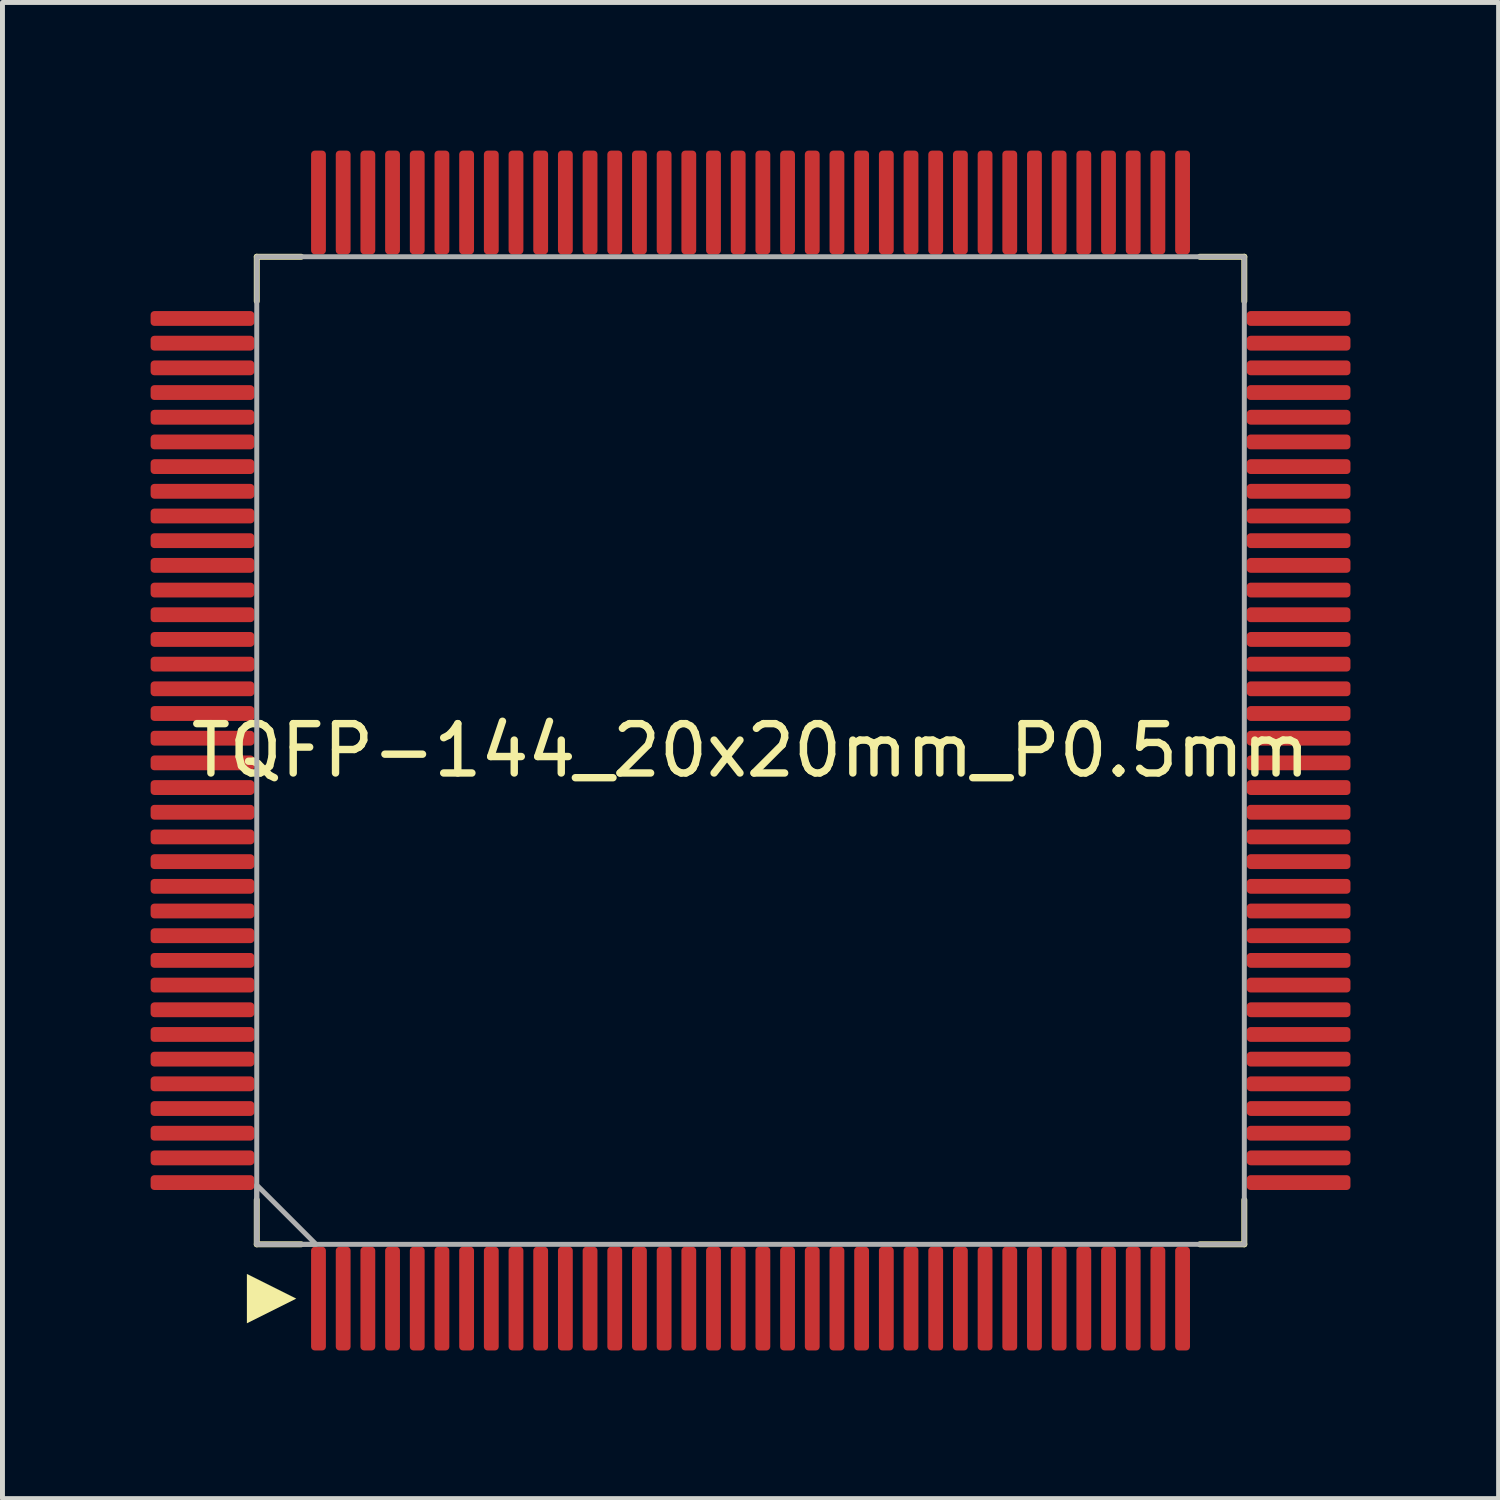
<source format=kicad_pcb>
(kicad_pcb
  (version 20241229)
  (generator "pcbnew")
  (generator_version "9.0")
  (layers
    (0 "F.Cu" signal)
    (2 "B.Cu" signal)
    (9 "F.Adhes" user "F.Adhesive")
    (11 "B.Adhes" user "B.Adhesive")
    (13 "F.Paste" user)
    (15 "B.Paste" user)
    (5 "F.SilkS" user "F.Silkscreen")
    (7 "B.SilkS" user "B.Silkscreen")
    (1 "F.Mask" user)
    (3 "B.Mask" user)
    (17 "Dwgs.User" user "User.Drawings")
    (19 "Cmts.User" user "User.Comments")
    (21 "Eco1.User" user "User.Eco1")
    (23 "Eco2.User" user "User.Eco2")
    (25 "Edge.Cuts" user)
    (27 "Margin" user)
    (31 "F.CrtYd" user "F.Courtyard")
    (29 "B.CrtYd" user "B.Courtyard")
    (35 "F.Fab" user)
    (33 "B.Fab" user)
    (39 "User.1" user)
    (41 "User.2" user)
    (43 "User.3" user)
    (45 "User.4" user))
  (footprint "TQFP-144_20x20mm_P0.5mm"
    (layer "F.Cu")
    (at 12.15 12.15)
    (property "Reference" "TQFP-144_20x20mm_P0.5mm" (at 0 0 0) (layer "F.SilkS") (effects (font (size 1 1) (thickness 0.15))))
    (attr smd)
    (fp_line (start -10 -10) (end -9.1 -10) (stroke (width 0.12) (type solid)) (layer "F.SilkS"))
    (fp_line (start -10 -9.1) (end -10 -10) (stroke (width 0.12) (type solid)) (layer "F.SilkS"))
    (fp_line (start -10 10) (end -10 9.1) (stroke (width 0.12) (type solid)) (layer "F.SilkS"))
    (fp_line (start -9.1 10) (end -10 10) (stroke (width 0.12) (type solid)) (layer "F.SilkS"))
    (fp_line (start 9.1 -10) (end 10 -10) (stroke (width 0.12) (type solid)) (layer "F.SilkS"))
    (fp_line (start 10 -10) (end 10 -9.1) (stroke (width 0.12) (type solid)) (layer "F.SilkS"))
    (fp_line (start 10 9.1) (end 10 10) (stroke (width 0.12) (type solid)) (layer "F.SilkS"))
    (fp_line (start 10 10) (end 9.1 10) (stroke (width 0.12) (type solid)) (layer "F.SilkS"))
    (fp_poly (pts (xy -10.2 11.6) (xy -10.2 10.6) (xy -9.2 11.1)) (stroke (width 0) (type solid)) (fill yes) (layer "F.SilkS"))
    (fp_rect (start -10 -10) (end 10 10) (stroke (width 0.1) (type default)) (fill no) (layer "F.Fab"))
    (fp_poly (pts (xy -10 8.8) (xy -10 10) (xy -8.8 10)) (stroke (width 0.1) (type solid)) (fill no) (layer "F.Fab"))
    (pad "1" smd roundrect (at -8.75 11.1) (size 0.3 2.1) (layers "F.Cu" "F.Mask" "F.Paste") (roundrect_rratio 0.25))
    (pad "2" smd roundrect (at -8.25 11.1) (size 0.3 2.1) (layers "F.Cu" "F.Mask" "F.Paste") (roundrect_rratio 0.25))
    (pad "3" smd roundrect (at -7.75 11.1) (size 0.3 2.1) (layers "F.Cu" "F.Mask" "F.Paste") (roundrect_rratio 0.25))
    (pad "4" smd roundrect (at -7.25 11.1) (size 0.3 2.1) (layers "F.Cu" "F.Mask" "F.Paste") (roundrect_rratio 0.25))
    (pad "5" smd roundrect (at -6.75 11.1) (size 0.3 2.1) (layers "F.Cu" "F.Mask" "F.Paste") (roundrect_rratio 0.25))
    (pad "6" smd roundrect (at -6.25 11.1) (size 0.3 2.1) (layers "F.Cu" "F.Mask" "F.Paste") (roundrect_rratio 0.25))
    (pad "7" smd roundrect (at -5.75 11.1) (size 0.3 2.1) (layers "F.Cu" "F.Mask" "F.Paste") (roundrect_rratio 0.25))
    (pad "8" smd roundrect (at -5.25 11.1) (size 0.3 2.1) (layers "F.Cu" "F.Mask" "F.Paste") (roundrect_rratio 0.25))
    (pad "9" smd roundrect (at -4.75 11.1) (size 0.3 2.1) (layers "F.Cu" "F.Mask" "F.Paste") (roundrect_rratio 0.25))
    (pad "10" smd roundrect (at -4.25 11.1) (size 0.3 2.1) (layers "F.Cu" "F.Mask" "F.Paste") (roundrect_rratio 0.25))
    (pad "11" smd roundrect (at -3.75 11.1) (size 0.3 2.1) (layers "F.Cu" "F.Mask" "F.Paste") (roundrect_rratio 0.25))
    (pad "12" smd roundrect (at -3.25 11.1) (size 0.3 2.1) (layers "F.Cu" "F.Mask" "F.Paste") (roundrect_rratio 0.25))
    (pad "13" smd roundrect (at -2.75 11.1) (size 0.3 2.1) (layers "F.Cu" "F.Mask" "F.Paste") (roundrect_rratio 0.25))
    (pad "14" smd roundrect (at -2.25 11.1) (size 0.3 2.1) (layers "F.Cu" "F.Mask" "F.Paste") (roundrect_rratio 0.25))
    (pad "15" smd roundrect (at -1.75 11.1) (size 0.3 2.1) (layers "F.Cu" "F.Mask" "F.Paste") (roundrect_rratio 0.25))
    (pad "16" smd roundrect (at -1.25 11.1) (size 0.3 2.1) (layers "F.Cu" "F.Mask" "F.Paste") (roundrect_rratio 0.25))
    (pad "17" smd roundrect (at -0.75 11.1) (size 0.3 2.1) (layers "F.Cu" "F.Mask" "F.Paste") (roundrect_rratio 0.25))
    (pad "18" smd roundrect (at -0.25 11.1) (size 0.3 2.1) (layers "F.Cu" "F.Mask" "F.Paste") (roundrect_rratio 0.25))
    (pad "19" smd roundrect (at 0.25 11.1) (size 0.3 2.1) (layers "F.Cu" "F.Mask" "F.Paste") (roundrect_rratio 0.25))
    (pad "20" smd roundrect (at 0.75 11.1) (size 0.3 2.1) (layers "F.Cu" "F.Mask" "F.Paste") (roundrect_rratio 0.25))
    (pad "21" smd roundrect (at 1.25 11.1) (size 0.3 2.1) (layers "F.Cu" "F.Mask" "F.Paste") (roundrect_rratio 0.25))
    (pad "22" smd roundrect (at 1.75 11.1) (size 0.3 2.1) (layers "F.Cu" "F.Mask" "F.Paste") (roundrect_rratio 0.25))
    (pad "23" smd roundrect (at 2.25 11.1) (size 0.3 2.1) (layers "F.Cu" "F.Mask" "F.Paste") (roundrect_rratio 0.25))
    (pad "24" smd roundrect (at 2.75 11.1) (size 0.3 2.1) (layers "F.Cu" "F.Mask" "F.Paste") (roundrect_rratio 0.25))
    (pad "25" smd roundrect (at 3.25 11.1) (size 0.3 2.1) (layers "F.Cu" "F.Mask" "F.Paste") (roundrect_rratio 0.25))
    (pad "26" smd roundrect (at 3.75 11.1) (size 0.3 2.1) (layers "F.Cu" "F.Mask" "F.Paste") (roundrect_rratio 0.25))
    (pad "27" smd roundrect (at 4.25 11.1) (size 0.3 2.1) (layers "F.Cu" "F.Mask" "F.Paste") (roundrect_rratio 0.25))
    (pad "28" smd roundrect (at 4.75 11.1) (size 0.3 2.1) (layers "F.Cu" "F.Mask" "F.Paste") (roundrect_rratio 0.25))
    (pad "29" smd roundrect (at 5.25 11.1) (size 0.3 2.1) (layers "F.Cu" "F.Mask" "F.Paste") (roundrect_rratio 0.25))
    (pad "30" smd roundrect (at 5.75 11.1) (size 0.3 2.1) (layers "F.Cu" "F.Mask" "F.Paste") (roundrect_rratio 0.25))
    (pad "31" smd roundrect (at 6.25 11.1) (size 0.3 2.1) (layers "F.Cu" "F.Mask" "F.Paste") (roundrect_rratio 0.25))
    (pad "32" smd roundrect (at 6.75 11.1) (size 0.3 2.1) (layers "F.Cu" "F.Mask" "F.Paste") (roundrect_rratio 0.25))
    (pad "33" smd roundrect (at 7.25 11.1) (size 0.3 2.1) (layers "F.Cu" "F.Mask" "F.Paste") (roundrect_rratio 0.25))
    (pad "34" smd roundrect (at 7.75 11.1) (size 0.3 2.1) (layers "F.Cu" "F.Mask" "F.Paste") (roundrect_rratio 0.25))
    (pad "35" smd roundrect (at 8.25 11.1) (size 0.3 2.1) (layers "F.Cu" "F.Mask" "F.Paste") (roundrect_rratio 0.25))
    (pad "36" smd roundrect (at 8.75 11.1) (size 0.3 2.1) (layers "F.Cu" "F.Mask" "F.Paste") (roundrect_rratio 0.25))
    (pad "37" smd roundrect (at 11.1 8.75 90) (size 0.3 2.1) (layers "F.Cu" "F.Mask" "F.Paste") (roundrect_rratio 0.25))
    (pad "38" smd roundrect (at 11.1 8.25 90) (size 0.3 2.1) (layers "F.Cu" "F.Mask" "F.Paste") (roundrect_rratio 0.25))
    (pad "39" smd roundrect (at 11.1 7.75 90) (size 0.3 2.1) (layers "F.Cu" "F.Mask" "F.Paste") (roundrect_rratio 0.25))
    (pad "40" smd roundrect (at 11.1 7.25 90) (size 0.3 2.1) (layers "F.Cu" "F.Mask" "F.Paste") (roundrect_rratio 0.25))
    (pad "41" smd roundrect (at 11.1 6.75 90) (size 0.3 2.1) (layers "F.Cu" "F.Mask" "F.Paste") (roundrect_rratio 0.25))
    (pad "42" smd roundrect (at 11.1 6.25 90) (size 0.3 2.1) (layers "F.Cu" "F.Mask" "F.Paste") (roundrect_rratio 0.25))
    (pad "43" smd roundrect (at 11.1 5.75 90) (size 0.3 2.1) (layers "F.Cu" "F.Mask" "F.Paste") (roundrect_rratio 0.25))
    (pad "44" smd roundrect (at 11.1 5.25 90) (size 0.3 2.1) (layers "F.Cu" "F.Mask" "F.Paste") (roundrect_rratio 0.25))
    (pad "45" smd roundrect (at 11.1 4.75 90) (size 0.3 2.1) (layers "F.Cu" "F.Mask" "F.Paste") (roundrect_rratio 0.25))
    (pad "46" smd roundrect (at 11.1 4.25 90) (size 0.3 2.1) (layers "F.Cu" "F.Mask" "F.Paste") (roundrect_rratio 0.25))
    (pad "47" smd roundrect (at 11.1 3.75 90) (size 0.3 2.1) (layers "F.Cu" "F.Mask" "F.Paste") (roundrect_rratio 0.25))
    (pad "48" smd roundrect (at 11.1 3.25 90) (size 0.3 2.1) (layers "F.Cu" "F.Mask" "F.Paste") (roundrect_rratio 0.25))
    (pad "49" smd roundrect (at 11.1 2.75 90) (size 0.3 2.1) (layers "F.Cu" "F.Mask" "F.Paste") (roundrect_rratio 0.25))
    (pad "50" smd roundrect (at 11.1 2.25 90) (size 0.3 2.1) (layers "F.Cu" "F.Mask" "F.Paste") (roundrect_rratio 0.25))
    (pad "51" smd roundrect (at 11.1 1.75 90) (size 0.3 2.1) (layers "F.Cu" "F.Mask" "F.Paste") (roundrect_rratio 0.25))
    (pad "52" smd roundrect (at 11.1 1.25 90) (size 0.3 2.1) (layers "F.Cu" "F.Mask" "F.Paste") (roundrect_rratio 0.25))
    (pad "53" smd roundrect (at 11.1 0.75 90) (size 0.3 2.1) (layers "F.Cu" "F.Mask" "F.Paste") (roundrect_rratio 0.25))
    (pad "54" smd roundrect (at 11.1 0.25 90) (size 0.3 2.1) (layers "F.Cu" "F.Mask" "F.Paste") (roundrect_rratio 0.25))
    (pad "55" smd roundrect (at 11.1 -0.25 90) (size 0.3 2.1) (layers "F.Cu" "F.Mask" "F.Paste") (roundrect_rratio 0.25))
    (pad "56" smd roundrect (at 11.1 -0.75 90) (size 0.3 2.1) (layers "F.Cu" "F.Mask" "F.Paste") (roundrect_rratio 0.25))
    (pad "57" smd roundrect (at 11.1 -1.25 90) (size 0.3 2.1) (layers "F.Cu" "F.Mask" "F.Paste") (roundrect_rratio 0.25))
    (pad "58" smd roundrect (at 11.1 -1.75 90) (size 0.3 2.1) (layers "F.Cu" "F.Mask" "F.Paste") (roundrect_rratio 0.25))
    (pad "59" smd roundrect (at 11.1 -2.25 90) (size 0.3 2.1) (layers "F.Cu" "F.Mask" "F.Paste") (roundrect_rratio 0.25))
    (pad "60" smd roundrect (at 11.1 -2.75 90) (size 0.3 2.1) (layers "F.Cu" "F.Mask" "F.Paste") (roundrect_rratio 0.25))
    (pad "61" smd roundrect (at 11.1 -3.25 90) (size 0.3 2.1) (layers "F.Cu" "F.Mask" "F.Paste") (roundrect_rratio 0.25))
    (pad "62" smd roundrect (at 11.1 -3.75 90) (size 0.3 2.1) (layers "F.Cu" "F.Mask" "F.Paste") (roundrect_rratio 0.25))
    (pad "63" smd roundrect (at 11.1 -4.25 90) (size 0.3 2.1) (layers "F.Cu" "F.Mask" "F.Paste") (roundrect_rratio 0.25))
    (pad "64" smd roundrect (at 11.1 -4.75 90) (size 0.3 2.1) (layers "F.Cu" "F.Mask" "F.Paste") (roundrect_rratio 0.25))
    (pad "65" smd roundrect (at 11.1 -5.25 90) (size 0.3 2.1) (layers "F.Cu" "F.Mask" "F.Paste") (roundrect_rratio 0.25))
    (pad "66" smd roundrect (at 11.1 -5.75 90) (size 0.3 2.1) (layers "F.Cu" "F.Mask" "F.Paste") (roundrect_rratio 0.25))
    (pad "67" smd roundrect (at 11.1 -6.25 90) (size 0.3 2.1) (layers "F.Cu" "F.Mask" "F.Paste") (roundrect_rratio 0.25))
    (pad "68" smd roundrect (at 11.1 -6.75 90) (size 0.3 2.1) (layers "F.Cu" "F.Mask" "F.Paste") (roundrect_rratio 0.25))
    (pad "69" smd roundrect (at 11.1 -7.25 90) (size 0.3 2.1) (layers "F.Cu" "F.Mask" "F.Paste") (roundrect_rratio 0.25))
    (pad "70" smd roundrect (at 11.1 -7.75 90) (size 0.3 2.1) (layers "F.Cu" "F.Mask" "F.Paste") (roundrect_rratio 0.25))
    (pad "71" smd roundrect (at 11.1 -8.25 90) (size 0.3 2.1) (layers "F.Cu" "F.Mask" "F.Paste") (roundrect_rratio 0.25))
    (pad "72" smd roundrect (at 11.1 -8.75 90) (size 0.3 2.1) (layers "F.Cu" "F.Mask" "F.Paste") (roundrect_rratio 0.25))
    (pad "73" smd roundrect (at 8.75 -11.1) (size 0.3 2.1) (layers "F.Cu" "F.Mask" "F.Paste") (roundrect_rratio 0.25))
    (pad "74" smd roundrect (at 8.25 -11.1) (size 0.3 2.1) (layers "F.Cu" "F.Mask" "F.Paste") (roundrect_rratio 0.25))
    (pad "75" smd roundrect (at 7.75 -11.1) (size 0.3 2.1) (layers "F.Cu" "F.Mask" "F.Paste") (roundrect_rratio 0.25))
    (pad "76" smd roundrect (at 7.25 -11.1) (size 0.3 2.1) (layers "F.Cu" "F.Mask" "F.Paste") (roundrect_rratio 0.25))
    (pad "77" smd roundrect (at 6.75 -11.1) (size 0.3 2.1) (layers "F.Cu" "F.Mask" "F.Paste") (roundrect_rratio 0.25))
    (pad "78" smd roundrect (at 6.25 -11.1) (size 0.3 2.1) (layers "F.Cu" "F.Mask" "F.Paste") (roundrect_rratio 0.25))
    (pad "79" smd roundrect (at 5.75 -11.1) (size 0.3 2.1) (layers "F.Cu" "F.Mask" "F.Paste") (roundrect_rratio 0.25))
    (pad "80" smd roundrect (at 5.25 -11.1) (size 0.3 2.1) (layers "F.Cu" "F.Mask" "F.Paste") (roundrect_rratio 0.25))
    (pad "81" smd roundrect (at 4.75 -11.1) (size 0.3 2.1) (layers "F.Cu" "F.Mask" "F.Paste") (roundrect_rratio 0.25))
    (pad "82" smd roundrect (at 4.25 -11.1) (size 0.3 2.1) (layers "F.Cu" "F.Mask" "F.Paste") (roundrect_rratio 0.25))
    (pad "83" smd roundrect (at 3.75 -11.1) (size 0.3 2.1) (layers "F.Cu" "F.Mask" "F.Paste") (roundrect_rratio 0.25))
    (pad "84" smd roundrect (at 3.25 -11.1) (size 0.3 2.1) (layers "F.Cu" "F.Mask" "F.Paste") (roundrect_rratio 0.25))
    (pad "85" smd roundrect (at 2.75 -11.1) (size 0.3 2.1) (layers "F.Cu" "F.Mask" "F.Paste") (roundrect_rratio 0.25))
    (pad "86" smd roundrect (at 2.25 -11.1) (size 0.3 2.1) (layers "F.Cu" "F.Mask" "F.Paste") (roundrect_rratio 0.25))
    (pad "87" smd roundrect (at 1.75 -11.1) (size 0.3 2.1) (layers "F.Cu" "F.Mask" "F.Paste") (roundrect_rratio 0.25))
    (pad "88" smd roundrect (at 1.25 -11.1) (size 0.3 2.1) (layers "F.Cu" "F.Mask" "F.Paste") (roundrect_rratio 0.25))
    (pad "89" smd roundrect (at 0.75 -11.1) (size 0.3 2.1) (layers "F.Cu" "F.Mask" "F.Paste") (roundrect_rratio 0.25))
    (pad "90" smd roundrect (at 0.25 -11.1) (size 0.3 2.1) (layers "F.Cu" "F.Mask" "F.Paste") (roundrect_rratio 0.25))
    (pad "91" smd roundrect (at -0.25 -11.1) (size 0.3 2.1) (layers "F.Cu" "F.Mask" "F.Paste") (roundrect_rratio 0.25))
    (pad "92" smd roundrect (at -0.75 -11.1) (size 0.3 2.1) (layers "F.Cu" "F.Mask" "F.Paste") (roundrect_rratio 0.25))
    (pad "93" smd roundrect (at -1.25 -11.1) (size 0.3 2.1) (layers "F.Cu" "F.Mask" "F.Paste") (roundrect_rratio 0.25))
    (pad "94" smd roundrect (at -1.75 -11.1) (size 0.3 2.1) (layers "F.Cu" "F.Mask" "F.Paste") (roundrect_rratio 0.25))
    (pad "95" smd roundrect (at -2.25 -11.1) (size 0.3 2.1) (layers "F.Cu" "F.Mask" "F.Paste") (roundrect_rratio 0.25))
    (pad "96" smd roundrect (at -2.75 -11.1) (size 0.3 2.1) (layers "F.Cu" "F.Mask" "F.Paste") (roundrect_rratio 0.25))
    (pad "97" smd roundrect (at -3.25 -11.1) (size 0.3 2.1) (layers "F.Cu" "F.Mask" "F.Paste") (roundrect_rratio 0.25))
    (pad "98" smd roundrect (at -3.75 -11.1) (size 0.3 2.1) (layers "F.Cu" "F.Mask" "F.Paste") (roundrect_rratio 0.25))
    (pad "99" smd roundrect (at -4.25 -11.1) (size 0.3 2.1) (layers "F.Cu" "F.Mask" "F.Paste") (roundrect_rratio 0.25))
    (pad "100" smd roundrect (at -4.75 -11.1) (size 0.3 2.1) (layers "F.Cu" "F.Mask" "F.Paste") (roundrect_rratio 0.25))
    (pad "101" smd roundrect (at -5.25 -11.1) (size 0.3 2.1) (layers "F.Cu" "F.Mask" "F.Paste") (roundrect_rratio 0.25))
    (pad "102" smd roundrect (at -5.75 -11.1) (size 0.3 2.1) (layers "F.Cu" "F.Mask" "F.Paste") (roundrect_rratio 0.25))
    (pad "103" smd roundrect (at -6.25 -11.1) (size 0.3 2.1) (layers "F.Cu" "F.Mask" "F.Paste") (roundrect_rratio 0.25))
    (pad "104" smd roundrect (at -6.75 -11.1) (size 0.3 2.1) (layers "F.Cu" "F.Mask" "F.Paste") (roundrect_rratio 0.25))
    (pad "105" smd roundrect (at -7.25 -11.1) (size 0.3 2.1) (layers "F.Cu" "F.Mask" "F.Paste") (roundrect_rratio 0.25))
    (pad "106" smd roundrect (at -7.75 -11.1) (size 0.3 2.1) (layers "F.Cu" "F.Mask" "F.Paste") (roundrect_rratio 0.25))
    (pad "107" smd roundrect (at -8.25 -11.1) (size 0.3 2.1) (layers "F.Cu" "F.Mask" "F.Paste") (roundrect_rratio 0.25))
    (pad "108" smd roundrect (at -8.75 -11.1) (size 0.3 2.1) (layers "F.Cu" "F.Mask" "F.Paste") (roundrect_rratio 0.25))
    (pad "109" smd roundrect (at -11.1 -8.75 90) (size 0.3 2.1) (layers "F.Cu" "F.Mask" "F.Paste") (roundrect_rratio 0.25))
    (pad "110" smd roundrect (at -11.1 -8.25 90) (size 0.3 2.1) (layers "F.Cu" "F.Mask" "F.Paste") (roundrect_rratio 0.25))
    (pad "111" smd roundrect (at -11.1 -7.75 90) (size 0.3 2.1) (layers "F.Cu" "F.Mask" "F.Paste") (roundrect_rratio 0.25))
    (pad "112" smd roundrect (at -11.1 -7.25 90) (size 0.3 2.1) (layers "F.Cu" "F.Mask" "F.Paste") (roundrect_rratio 0.25))
    (pad "113" smd roundrect (at -11.1 -6.75 90) (size 0.3 2.1) (layers "F.Cu" "F.Mask" "F.Paste") (roundrect_rratio 0.25))
    (pad "114" smd roundrect (at -11.1 -6.25 90) (size 0.3 2.1) (layers "F.Cu" "F.Mask" "F.Paste") (roundrect_rratio 0.25))
    (pad "115" smd roundrect (at -11.1 -5.75 90) (size 0.3 2.1) (layers "F.Cu" "F.Mask" "F.Paste") (roundrect_rratio 0.25))
    (pad "116" smd roundrect (at -11.1 -5.25 90) (size 0.3 2.1) (layers "F.Cu" "F.Mask" "F.Paste") (roundrect_rratio 0.25))
    (pad "117" smd roundrect (at -11.1 -4.75 90) (size 0.3 2.1) (layers "F.Cu" "F.Mask" "F.Paste") (roundrect_rratio 0.25))
    (pad "118" smd roundrect (at -11.1 -4.25 90) (size 0.3 2.1) (layers "F.Cu" "F.Mask" "F.Paste") (roundrect_rratio 0.25))
    (pad "119" smd roundrect (at -11.1 -3.75 90) (size 0.3 2.1) (layers "F.Cu" "F.Mask" "F.Paste") (roundrect_rratio 0.25))
    (pad "120" smd roundrect (at -11.1 -3.25 90) (size 0.3 2.1) (layers "F.Cu" "F.Mask" "F.Paste") (roundrect_rratio 0.25))
    (pad "121" smd roundrect (at -11.1 -2.75 90) (size 0.3 2.1) (layers "F.Cu" "F.Mask" "F.Paste") (roundrect_rratio 0.25))
    (pad "122" smd roundrect (at -11.1 -2.25 90) (size 0.3 2.1) (layers "F.Cu" "F.Mask" "F.Paste") (roundrect_rratio 0.25))
    (pad "123" smd roundrect (at -11.1 -1.75 90) (size 0.3 2.1) (layers "F.Cu" "F.Mask" "F.Paste") (roundrect_rratio 0.25))
    (pad "124" smd roundrect (at -11.1 -1.25 90) (size 0.3 2.1) (layers "F.Cu" "F.Mask" "F.Paste") (roundrect_rratio 0.25))
    (pad "125" smd roundrect (at -11.1 -0.75 90) (size 0.3 2.1) (layers "F.Cu" "F.Mask" "F.Paste") (roundrect_rratio 0.25))
    (pad "126" smd roundrect (at -11.1 -0.25 90) (size 0.3 2.1) (layers "F.Cu" "F.Mask" "F.Paste") (roundrect_rratio 0.25))
    (pad "127" smd roundrect (at -11.1 0.25 90) (size 0.3 2.1) (layers "F.Cu" "F.Mask" "F.Paste") (roundrect_rratio 0.25))
    (pad "128" smd roundrect (at -11.1 0.75 90) (size 0.3 2.1) (layers "F.Cu" "F.Mask" "F.Paste") (roundrect_rratio 0.25))
    (pad "129" smd roundrect (at -11.1 1.25 90) (size 0.3 2.1) (layers "F.Cu" "F.Mask" "F.Paste") (roundrect_rratio 0.25))
    (pad "130" smd roundrect (at -11.1 1.75 90) (size 0.3 2.1) (layers "F.Cu" "F.Mask" "F.Paste") (roundrect_rratio 0.25))
    (pad "131" smd roundrect (at -11.1 2.25 90) (size 0.3 2.1) (layers "F.Cu" "F.Mask" "F.Paste") (roundrect_rratio 0.25))
    (pad "132" smd roundrect (at -11.1 2.75 90) (size 0.3 2.1) (layers "F.Cu" "F.Mask" "F.Paste") (roundrect_rratio 0.25))
    (pad "133" smd roundrect (at -11.1 3.25 90) (size 0.3 2.1) (layers "F.Cu" "F.Mask" "F.Paste") (roundrect_rratio 0.25))
    (pad "134" smd roundrect (at -11.1 3.75 90) (size 0.3 2.1) (layers "F.Cu" "F.Mask" "F.Paste") (roundrect_rratio 0.25))
    (pad "135" smd roundrect (at -11.1 4.25 90) (size 0.3 2.1) (layers "F.Cu" "F.Mask" "F.Paste") (roundrect_rratio 0.25))
    (pad "136" smd roundrect (at -11.1 4.75 90) (size 0.3 2.1) (layers "F.Cu" "F.Mask" "F.Paste") (roundrect_rratio 0.25))
    (pad "137" smd roundrect (at -11.1 5.25 90) (size 0.3 2.1) (layers "F.Cu" "F.Mask" "F.Paste") (roundrect_rratio 0.25))
    (pad "138" smd roundrect (at -11.1 5.75 90) (size 0.3 2.1) (layers "F.Cu" "F.Mask" "F.Paste") (roundrect_rratio 0.25))
    (pad "139" smd roundrect (at -11.1 6.25 90) (size 0.3 2.1) (layers "F.Cu" "F.Mask" "F.Paste") (roundrect_rratio 0.25))
    (pad "140" smd roundrect (at -11.1 6.75 90) (size 0.3 2.1) (layers "F.Cu" "F.Mask" "F.Paste") (roundrect_rratio 0.25))
    (pad "141" smd roundrect (at -11.1 7.25 90) (size 0.3 2.1) (layers "F.Cu" "F.Mask" "F.Paste") (roundrect_rratio 0.25))
    (pad "142" smd roundrect (at -11.1 7.75 90) (size 0.3 2.1) (layers "F.Cu" "F.Mask" "F.Paste") (roundrect_rratio 0.25))
    (pad "143" smd roundrect (at -11.1 8.25 90) (size 0.3 2.1) (layers "F.Cu" "F.Mask" "F.Paste") (roundrect_rratio 0.25))
    (pad "144" smd roundrect (at -11.1 8.75 90) (size 0.3 2.1) (layers "F.Cu" "F.Mask" "F.Paste") (roundrect_rratio 0.25)))
  (gr_rect
    (start -3 -3)
    (end 27.3 27.3)
    (stroke (width 0.1) (type default))
    (fill no)
    (layer "Edge.Cuts")))
</source>
